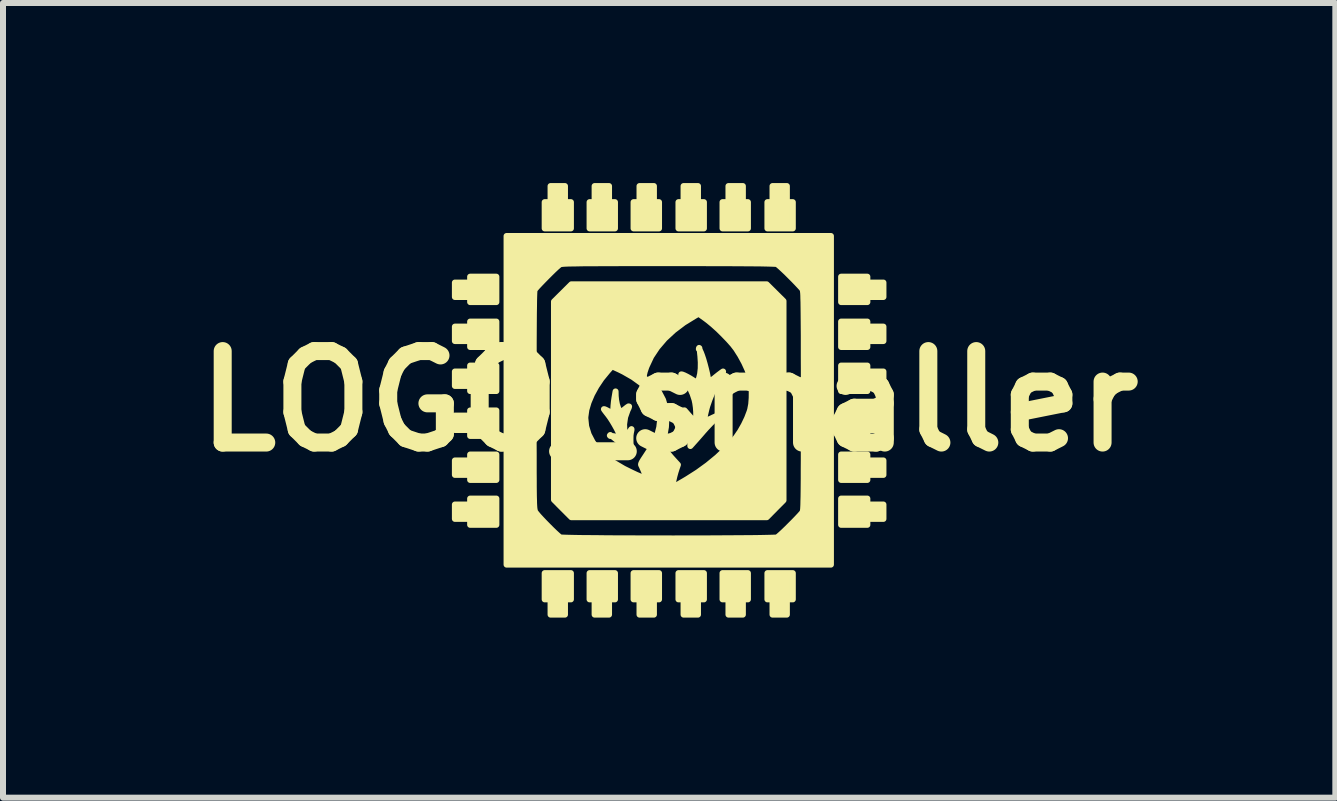
<source format=kicad_pcb>
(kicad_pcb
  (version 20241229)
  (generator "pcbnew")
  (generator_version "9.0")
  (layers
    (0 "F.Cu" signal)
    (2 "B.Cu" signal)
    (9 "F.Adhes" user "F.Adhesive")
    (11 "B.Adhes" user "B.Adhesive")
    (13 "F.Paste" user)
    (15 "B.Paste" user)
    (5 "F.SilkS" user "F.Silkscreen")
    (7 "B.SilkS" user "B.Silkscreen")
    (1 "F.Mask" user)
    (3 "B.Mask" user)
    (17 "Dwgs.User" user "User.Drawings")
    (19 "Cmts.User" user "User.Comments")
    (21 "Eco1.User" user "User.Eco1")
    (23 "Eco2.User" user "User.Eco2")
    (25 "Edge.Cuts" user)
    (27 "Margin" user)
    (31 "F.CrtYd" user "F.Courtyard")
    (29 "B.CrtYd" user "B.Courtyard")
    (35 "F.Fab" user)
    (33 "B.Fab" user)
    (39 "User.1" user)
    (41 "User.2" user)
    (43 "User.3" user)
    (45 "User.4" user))
  (footprint "LOGO_smaller"
    (layer "F.Cu")
    (at 8.099 3.634)
    (property "Reference" "LOGO_smaller" (at 0 0 0) (layer "F.SilkS") (effects (font (size 1.524 1.524) (thickness 0.3))))
    (attr through_hole)
    (fp_poly (pts (xy -0.974 0.572) (xy -0.981 0.579) (xy -0.988 0.572) (xy -0.981 0.564) (xy -0.974 0.572)) (stroke (width 0.1) (type solid)) (fill yes) (layer "F.SilkS"))
    (fp_poly (pts (xy 0.505 -0.868) (xy 0.503 -0.865) (xy 0.495 -0.867) (xy 0.494 -0.875) (xy 0.499 -0.887) (xy 0.503 -0.884) (xy 0.505 -0.868)) (stroke (width 0.1) (type solid)) (fill yes) (layer "F.SilkS"))
    (fp_poly (pts (xy -2.879 -1.651) (xy -3.097 -1.651) (xy -3.316 -1.651) (xy -3.316 -1.693) (xy -3.316 -1.736) (xy -3.443 -1.736) (xy -3.57 -1.736) (xy -3.57 -1.856) (xy -3.57 -1.976) (xy -3.443 -1.976) (xy -3.316 -1.976) (xy -3.316 -2.025) (xy -3.316 -2.074) (xy -3.097 -2.074) (xy -2.879 -2.074) (xy -2.879 -1.863) (xy -2.879 -1.651)) (stroke (width 0.1) (type solid)) (fill yes) (layer "F.SilkS"))
    (fp_poly (pts (xy -2.879 -0.903) (xy -3.097 -0.903) (xy -3.316 -0.903) (xy -3.316 -0.953) (xy -3.316 -1.002) (xy -3.443 -1.002) (xy -3.57 -1.002) (xy -3.57 -1.122) (xy -3.57 -1.242) (xy -3.443 -1.242) (xy -3.316 -1.242) (xy -3.316 -1.284) (xy -3.316 -1.326) (xy -3.097 -1.326) (xy -2.879 -1.326) (xy -2.879 -1.115) (xy -2.879 -0.903)) (stroke (width 0.1) (type solid)) (fill yes) (layer "F.SilkS"))
    (fp_poly (pts (xy -2.879 -0.169) (xy -3.097 -0.169) (xy -3.316 -0.169) (xy -3.316 -0.212) (xy -3.316 -0.254) (xy -3.443 -0.254) (xy -3.57 -0.254) (xy -3.57 -0.374) (xy -3.57 -0.494) (xy -3.443 -0.494) (xy -3.316 -0.494) (xy -3.316 -0.543) (xy -3.316 -0.593) (xy -3.097 -0.593) (xy -2.879 -0.593) (xy -2.879 -0.381) (xy -2.879 -0.169)) (stroke (width 0.1) (type solid)) (fill yes) (layer "F.SilkS"))
    (fp_poly (pts (xy -2.879 0.579) (xy -3.097 0.579) (xy -3.316 0.579) (xy -3.316 0.529) (xy -3.316 0.48) (xy -3.443 0.48) (xy -3.57 0.48) (xy -3.57 0.36) (xy -3.57 0.24) (xy -3.443 0.24) (xy -3.316 0.24) (xy -3.316 0.198) (xy -3.316 0.155) (xy -3.097 0.155) (xy -2.879 0.155) (xy -2.879 0.367) (xy -2.879 0.579)) (stroke (width 0.1) (type solid)) (fill yes) (layer "F.SilkS"))
    (fp_poly (pts (xy -2.879 1.312) (xy -3.097 1.312) (xy -3.316 1.312) (xy -3.316 1.27) (xy -3.316 1.228) (xy -3.443 1.228) (xy -3.57 1.228) (xy -3.57 1.108) (xy -3.57 0.988) (xy -3.443 0.988) (xy -3.316 0.988) (xy -3.316 0.938) (xy -3.316 0.889) (xy -3.097 0.889) (xy -2.879 0.889) (xy -2.879 1.101) (xy -2.879 1.312)) (stroke (width 0.1) (type solid)) (fill yes) (layer "F.SilkS"))
    (fp_poly (pts (xy -2.879 2.06) (xy -3.097 2.06) (xy -3.316 2.06) (xy -3.316 2.011) (xy -3.316 1.961) (xy -3.443 1.961) (xy -3.57 1.961) (xy -3.57 1.841) (xy -3.57 1.722) (xy -3.443 1.722) (xy -3.316 1.722) (xy -3.316 1.672) (xy -3.316 1.623) (xy -3.097 1.623) (xy -2.879 1.623) (xy -2.879 1.841) (xy -2.879 2.06)) (stroke (width 0.1) (type solid)) (fill yes) (layer "F.SilkS"))
    (fp_poly (pts (xy -1.637 -2.879) (xy -1.856 -2.879) (xy -2.074 -2.879) (xy -2.074 -3.097) (xy -2.074 -3.316) (xy -2.025 -3.316) (xy -1.976 -3.316) (xy -1.976 -3.45) (xy -1.976 -3.584) (xy -1.856 -3.584) (xy -1.736 -3.584) (xy -1.736 -3.45) (xy -1.736 -3.316) (xy -1.686 -3.316) (xy -1.637 -3.316) (xy -1.637 -3.097) (xy -1.637 -2.879)) (stroke (width 0.1) (type solid)) (fill yes) (layer "F.SilkS"))
    (fp_poly (pts (xy -1.637 3.302) (xy -1.686 3.302) (xy -1.736 3.302) (xy -1.736 3.429) (xy -1.736 3.556) (xy -1.856 3.556) (xy -1.976 3.556) (xy -1.976 3.429) (xy -1.976 3.302) (xy -2.025 3.302) (xy -2.074 3.302) (xy -2.074 3.083) (xy -2.074 2.865) (xy -1.856 2.865) (xy -1.637 2.865) (xy -1.637 3.083) (xy -1.637 3.302)) (stroke (width 0.1) (type solid)) (fill yes) (layer "F.SilkS"))
    (fp_poly (pts (xy -0.903 -2.879) (xy -1.115 -2.879) (xy -1.326 -2.879) (xy -1.326 -3.097) (xy -1.326 -3.316) (xy -1.284 -3.316) (xy -1.242 -3.316) (xy -1.242 -3.45) (xy -1.242 -3.584) (xy -1.122 -3.584) (xy -1.002 -3.584) (xy -1.002 -3.45) (xy -1.002 -3.316) (xy -0.953 -3.316) (xy -0.903 -3.316) (xy -0.903 -3.097) (xy -0.903 -2.879)) (stroke (width 0.1) (type solid)) (fill yes) (layer "F.SilkS"))
    (fp_poly (pts (xy -0.903 3.302) (xy -0.953 3.302) (xy -1.002 3.302) (xy -1.002 3.429) (xy -1.002 3.556) (xy -1.122 3.556) (xy -1.242 3.556) (xy -1.242 3.429) (xy -1.242 3.302) (xy -1.284 3.302) (xy -1.326 3.302) (xy -1.326 3.083) (xy -1.326 2.865) (xy -1.115 2.865) (xy -0.903 2.865) (xy -0.903 3.083) (xy -0.903 3.302)) (stroke (width 0.1) (type solid)) (fill yes) (layer "F.SilkS"))
    (fp_poly (pts (xy -0.169 -2.879) (xy -0.381 -2.879) (xy -0.593 -2.879) (xy -0.593 -3.097) (xy -0.593 -3.316) (xy -0.543 -3.316) (xy -0.494 -3.316) (xy -0.494 -3.45) (xy -0.494 -3.584) (xy -0.374 -3.584) (xy -0.254 -3.584) (xy -0.254 -3.45) (xy -0.254 -3.316) (xy -0.212 -3.316) (xy -0.169 -3.316) (xy -0.169 -3.097) (xy -0.169 -2.879)) (stroke (width 0.1) (type solid)) (fill yes) (layer "F.SilkS"))
    (fp_poly (pts (xy -0.169 3.302) (xy -0.212 3.302) (xy -0.254 3.302) (xy -0.254 3.429) (xy -0.254 3.556) (xy -0.374 3.556) (xy -0.494 3.556) (xy -0.494 3.429) (xy -0.494 3.302) (xy -0.543 3.302) (xy -0.593 3.302) (xy -0.593 3.083) (xy -0.593 2.865) (xy -0.381 2.865) (xy -0.169 2.865) (xy -0.169 3.083) (xy -0.169 3.302)) (stroke (width 0.1) (type solid)) (fill yes) (layer "F.SilkS"))
    (fp_poly (pts (xy 0.579 -2.879) (xy 0.367 -2.879) (xy 0.155 -2.879) (xy 0.155 -3.097) (xy 0.155 -3.316) (xy 0.198 -3.316) (xy 0.24 -3.316) (xy 0.24 -3.45) (xy 0.24 -3.584) (xy 0.36 -3.584) (xy 0.48 -3.584) (xy 0.48 -3.45) (xy 0.48 -3.316) (xy 0.529 -3.316) (xy 0.579 -3.316) (xy 0.579 -3.097) (xy 0.579 -2.879)) (stroke (width 0.1) (type solid)) (fill yes) (layer "F.SilkS"))
    (fp_poly (pts (xy 0.579 3.302) (xy 0.529 3.302) (xy 0.48 3.302) (xy 0.48 3.429) (xy 0.48 3.556) (xy 0.36 3.556) (xy 0.24 3.556) (xy 0.24 3.429) (xy 0.24 3.302) (xy 0.198 3.302) (xy 0.155 3.302) (xy 0.155 3.083) (xy 0.155 2.865) (xy 0.367 2.865) (xy 0.579 2.865) (xy 0.579 3.083) (xy 0.579 3.302)) (stroke (width 0.1) (type solid)) (fill yes) (layer "F.SilkS"))
    (fp_poly (pts (xy 1.312 -2.879) (xy 1.101 -2.879) (xy 0.889 -2.879) (xy 0.889 -3.097) (xy 0.889 -3.316) (xy 0.938 -3.316) (xy 0.988 -3.316) (xy 0.988 -3.45) (xy 0.988 -3.584) (xy 1.108 -3.584) (xy 1.228 -3.584) (xy 1.228 -3.45) (xy 1.228 -3.316) (xy 1.27 -3.316) (xy 1.312 -3.316) (xy 1.312 -3.097) (xy 1.312 -2.879)) (stroke (width 0.1) (type solid)) (fill yes) (layer "F.SilkS"))
    (fp_poly (pts (xy 1.312 3.302) (xy 1.27 3.302) (xy 1.228 3.302) (xy 1.228 3.429) (xy 1.228 3.556) (xy 1.108 3.556) (xy 0.988 3.556) (xy 0.988 3.429) (xy 0.988 3.302) (xy 0.938 3.302) (xy 0.889 3.302) (xy 0.889 3.083) (xy 0.889 2.865) (xy 1.101 2.865) (xy 1.312 2.865) (xy 1.312 3.083) (xy 1.312 3.302)) (stroke (width 0.1) (type solid)) (fill yes) (layer "F.SilkS"))
    (fp_poly (pts (xy 2.06 -2.879) (xy 1.849 -2.879) (xy 1.637 -2.879) (xy 1.637 -3.097) (xy 1.637 -3.316) (xy 1.679 -3.316) (xy 1.722 -3.316) (xy 1.722 -3.45) (xy 1.722 -3.584) (xy 1.841 -3.584) (xy 1.961 -3.584) (xy 1.961 -3.45) (xy 1.961 -3.316) (xy 2.011 -3.316) (xy 2.06 -3.316) (xy 2.06 -3.097) (xy 2.06 -2.879)) (stroke (width 0.1) (type solid)) (fill yes) (layer "F.SilkS"))
    (fp_poly (pts (xy 2.06 3.302) (xy 2.011 3.302) (xy 1.961 3.302) (xy 1.961 3.429) (xy 1.961 3.556) (xy 1.841 3.556) (xy 1.722 3.556) (xy 1.722 3.429) (xy 1.722 3.302) (xy 1.679 3.302) (xy 1.637 3.302) (xy 1.637 3.083) (xy 1.637 2.865) (xy 1.849 2.865) (xy 2.06 2.865) (xy 2.06 3.083) (xy 2.06 3.302)) (stroke (width 0.1) (type solid)) (fill yes) (layer "F.SilkS"))
    (fp_poly (pts (xy 3.57 -1.736) (xy 3.436 -1.736) (xy 3.302 -1.736) (xy 3.302 -1.693) (xy 3.302 -1.651) (xy 3.083 -1.651) (xy 2.865 -1.651) (xy 2.865 -1.863) (xy 2.865 -2.074) (xy 3.083 -2.074) (xy 3.302 -2.074) (xy 3.302 -2.025) (xy 3.302 -1.976) (xy 3.436 -1.976) (xy 3.57 -1.976) (xy 3.57 -1.856) (xy 3.57 -1.736)) (stroke (width 0.1) (type solid)) (fill yes) (layer "F.SilkS"))
    (fp_poly (pts (xy 3.57 -1.002) (xy 3.436 -1.002) (xy 3.302 -1.002) (xy 3.302 -0.953) (xy 3.302 -0.903) (xy 3.083 -0.903) (xy 2.865 -0.903) (xy 2.865 -1.115) (xy 2.865 -1.326) (xy 3.083 -1.326) (xy 3.302 -1.326) (xy 3.302 -1.284) (xy 3.302 -1.242) (xy 3.436 -1.242) (xy 3.57 -1.242) (xy 3.57 -1.122) (xy 3.57 -1.002)) (stroke (width 0.1) (type solid)) (fill yes) (layer "F.SilkS"))
    (fp_poly (pts (xy 3.57 -0.254) (xy 3.436 -0.254) (xy 3.302 -0.254) (xy 3.302 -0.212) (xy 3.302 -0.169) (xy 3.083 -0.169) (xy 2.865 -0.169) (xy 2.865 -0.381) (xy 2.865 -0.593) (xy 3.083 -0.593) (xy 3.302 -0.593) (xy 3.302 -0.543) (xy 3.302 -0.494) (xy 3.436 -0.494) (xy 3.57 -0.494) (xy 3.57 -0.374) (xy 3.57 -0.254)) (stroke (width 0.1) (type solid)) (fill yes) (layer "F.SilkS"))
    (fp_poly (pts (xy 3.57 0.48) (xy 3.436 0.48) (xy 3.302 0.48) (xy 3.302 0.529) (xy 3.302 0.579) (xy 3.083 0.579) (xy 2.865 0.579) (xy 2.865 0.367) (xy 2.865 0.155) (xy 3.083 0.155) (xy 3.302 0.155) (xy 3.302 0.198) (xy 3.302 0.24) (xy 3.436 0.24) (xy 3.57 0.24) (xy 3.57 0.36) (xy 3.57 0.48)) (stroke (width 0.1) (type solid)) (fill yes) (layer "F.SilkS"))
    (fp_poly (pts (xy 3.57 1.228) (xy 3.436 1.228) (xy 3.302 1.228) (xy 3.302 1.27) (xy 3.302 1.312) (xy 3.083 1.312) (xy 2.865 1.312) (xy 2.865 1.101) (xy 2.865 0.889) (xy 3.083 0.889) (xy 3.302 0.889) (xy 3.302 0.938) (xy 3.302 0.988) (xy 3.436 0.988) (xy 3.57 0.988) (xy 3.57 1.108) (xy 3.57 1.228)) (stroke (width 0.1) (type solid)) (fill yes) (layer "F.SilkS"))
    (fp_poly (pts (xy 3.57 1.961) (xy 3.436 1.961) (xy 3.302 1.961) (xy 3.302 2.011) (xy 3.302 2.06) (xy 3.083 2.06) (xy 2.865 2.06) (xy 2.865 1.841) (xy 2.865 1.623) (xy 3.083 1.623) (xy 3.302 1.623) (xy 3.302 1.672) (xy 3.302 1.722) (xy 3.436 1.722) (xy 3.57 1.722) (xy 3.57 1.841) (xy 3.57 1.961)) (stroke (width 0.1) (type solid)) (fill yes) (layer "F.SilkS"))
    (fp_poly (pts (xy -0.624 0.828) (xy -0.639 0.828) (xy -0.671 0.805) (xy -0.691 0.789) (xy -0.725 0.761) (xy -0.773 0.723) (xy -0.827 0.68) (xy -0.854 0.66) (xy -0.903 0.621) (xy -0.932 0.597) (xy -0.94 0.585) (xy -0.931 0.583) (xy -0.924 0.584) (xy -0.882 0.594) (xy -0.85 0.602) (xy -0.825 0.602) (xy -0.818 0.589) (xy -0.826 0.56) (xy -0.845 0.514) (xy -0.874 0.456) (xy -0.909 0.393) (xy -0.947 0.329) (xy -0.983 0.273) (xy -1.015 0.229) (xy -1.048 0.187) (xy -1.073 0.154) (xy -1.086 0.135) (xy -1.087 0.133) (xy -1.075 0.135) (xy -1.046 0.148) (xy -1.009 0.168) (xy -0.931 0.212) (xy -0.93 0.131) (xy -0.927 0.074) (xy -0.92 0.005) (xy -0.911 -0.056) (xy -0.893 -0.162) (xy -0.891 -0.084) (xy -0.884 -0.015) (xy -0.87 0.056) (xy -0.85 0.118) (xy -0.828 0.161) (xy -0.815 0.176) (xy -0.802 0.178) (xy -0.78 0.165) (xy -0.746 0.139) (xy -0.701 0.103) (xy -0.676 0.087) (xy -0.668 0.089) (xy -0.674 0.111) (xy -0.694 0.153) (xy -0.734 0.266) (xy -0.751 0.385) (xy -0.747 0.485) (xy -0.737 0.544) (xy -0.725 0.575) (xy -0.71 0.58) (xy -0.69 0.561) (xy -0.67 0.531) (xy -0.648 0.494) (xy -0.633 0.471) (xy -0.628 0.466) (xy -0.628 0.478) (xy -0.634 0.509) (xy -0.638 0.526) (xy -0.644 0.571) (xy -0.645 0.631) (xy -0.644 0.696) (xy -0.638 0.755) (xy -0.63 0.8) (xy -0.628 0.808) (xy -0.624 0.828)) (stroke (width 0.1) (type solid)) (fill yes) (layer "F.SilkS"))
    (fp_poly (pts (xy 0.898 -0.494) (xy 0.898 -0.484) (xy 0.886 -0.462) (xy 0.829 -0.366) (xy 0.771 -0.256) (xy 0.717 -0.14) (xy 0.671 -0.025) (xy 0.635 0.079) (xy 0.622 0.125) (xy 0.602 0.21) (xy 0.589 0.27) (xy 0.583 0.309) (xy 0.584 0.33) (xy 0.592 0.336) (xy 0.595 0.335) (xy 0.616 0.326) (xy 0.655 0.308) (xy 0.706 0.285) (xy 0.726 0.275) (xy 0.839 0.224) (xy 0.741 0.32) (xy 0.684 0.377) (xy 0.623 0.442) (xy 0.568 0.503) (xy 0.558 0.515) (xy 0.511 0.569) (xy 0.462 0.625) (xy 0.421 0.671) (xy 0.413 0.68) (xy 0.353 0.747) (xy 0.353 0.627) (xy 0.345 0.497) (xy 0.323 0.368) (xy 0.289 0.25) (xy 0.274 0.214) (xy 0.257 0.172) (xy 0.251 0.153) (xy 0.256 0.154) (xy 0.267 0.166) (xy 0.327 0.235) (xy 0.371 0.284) (xy 0.403 0.314) (xy 0.424 0.327) (xy 0.436 0.326) (xy 0.438 0.324) (xy 0.447 0.293) (xy 0.451 0.241) (xy 0.45 0.176) (xy 0.445 0.105) (xy 0.435 0.034) (xy 0.424 -0.02) (xy 0.39 -0.123) (xy 0.343 -0.227) (xy 0.288 -0.321) (xy 0.244 -0.38) (xy 0.218 -0.414) (xy 0.203 -0.438) (xy 0.202 -0.446) (xy 0.218 -0.444) (xy 0.251 -0.431) (xy 0.296 -0.409) (xy 0.346 -0.381) (xy 0.394 -0.351) (xy 0.401 -0.346) (xy 0.435 -0.323) (xy 0.455 -0.316) (xy 0.468 -0.323) (xy 0.476 -0.333) (xy 0.499 -0.383) (xy 0.516 -0.455) (xy 0.526 -0.545) (xy 0.527 -0.647) (xy 0.52 -0.755) (xy 0.519 -0.762) (xy 0.514 -0.81) (xy 0.513 -0.833) (xy 0.517 -0.834) (xy 0.526 -0.817) (xy 0.53 -0.808) (xy 0.548 -0.76) (xy 0.57 -0.694) (xy 0.592 -0.617) (xy 0.613 -0.537) (xy 0.63 -0.465) (xy 0.636 -0.435) (xy 0.645 -0.386) (xy 0.653 -0.346) (xy 0.658 -0.327) (xy 0.67 -0.327) (xy 0.701 -0.345) (xy 0.748 -0.379) (xy 0.776 -0.402) (xy 0.824 -0.44) (xy 0.864 -0.47) (xy 0.89 -0.489) (xy 0.898 -0.494)) (stroke (width 0.1) (type solid)) (fill yes) (layer "F.SilkS"))
    (fp_poly (pts (xy 1.905 1.651) (xy 1.765 1.792) (xy 1.626 1.933) (xy 1.376 1.933) (xy 1.376 -0.168) (xy 1.368 -0.279) (xy 1.353 -0.378) (xy 1.344 -0.413) (xy 1.305 -0.523) (xy 1.25 -0.644) (xy 1.184 -0.765) (xy 1.114 -0.875) (xy 1.06 -0.945) (xy 0.989 -1.025) (xy 0.906 -1.111) (xy 0.819 -1.197) (xy 0.731 -1.276) (xy 0.65 -1.343) (xy 0.609 -1.374) (xy 0.492 -1.458) (xy 0.433 -1.425) (xy 0.244 -1.309) (xy 0.075 -1.181) (xy -0.074 -1.043) (xy -0.199 -0.897) (xy -0.3 -0.745) (xy -0.374 -0.587) (xy -0.384 -0.562) (xy -0.408 -0.49) (xy -0.42 -0.439) (xy -0.421 -0.405) (xy -0.41 -0.381) (xy -0.387 -0.363) (xy -0.38 -0.359) (xy -0.35 -0.339) (xy -0.308 -0.304) (xy -0.263 -0.262) (xy -0.254 -0.252) (xy -0.166 -0.144) (xy -0.102 -0.022) (xy -0.062 0.114) (xy -0.046 0.265) (xy -0.054 0.43) (xy -0.085 0.608) (xy -0.117 0.744) (xy -0.06 0.82) (xy -0.021 0.871) (xy 0.027 0.929) (xy 0.071 0.978) (xy 0.146 1.06) (xy 0.123 1.126) (xy 0.105 1.183) (xy 0.087 1.249) (xy 0.072 1.314) (xy 0.061 1.37) (xy 0.057 1.408) (xy 0.057 1.409) (xy 0.056 1.442) (xy 0.102 1.414) (xy 0.132 1.397) (xy 0.18 1.368) (xy 0.239 1.334) (xy 0.301 1.297) (xy 0.475 1.186) (xy 0.643 1.064) (xy 0.8 0.935) (xy 0.941 0.802) (xy 1.062 0.67) (xy 1.117 0.601) (xy 1.183 0.504) (xy 1.245 0.395) (xy 1.299 0.282) (xy 1.339 0.177) (xy 1.35 0.141) (xy 1.367 0.052) (xy 1.375 -0.054) (xy 1.376 -0.168) (xy 1.376 1.933) (xy -0.002 1.933) (xy -0.152 1.933) (xy -0.152 0.289) (xy -0.16 0.17) (xy -0.186 0.064) (xy -0.235 -0.038) (xy -0.263 -0.084) (xy -0.352 -0.195) (xy -0.466 -0.302) (xy -0.603 -0.401) (xy -0.76 -0.491) (xy -0.829 -0.525) (xy -0.953 -0.582) (xy -1.027 -0.499) (xy -1.127 -0.377) (xy -1.214 -0.247) (xy -1.287 -0.114) (xy -1.343 0.018) (xy -1.38 0.143) (xy -1.396 0.259) (xy -1.397 0.283) (xy -1.383 0.42) (xy -1.342 0.554) (xy -1.275 0.683) (xy -1.182 0.805) (xy -1.064 0.92) (xy -0.922 1.027) (xy -0.758 1.124) (xy -0.734 1.136) (xy -0.633 1.186) (xy -0.546 1.227) (xy -0.475 1.257) (xy -0.422 1.276) (xy -0.39 1.282) (xy -0.381 1.277) (xy -0.386 1.258) (xy -0.399 1.221) (xy -0.417 1.175) (xy -0.437 1.128) (xy -0.454 1.089) (xy -0.465 1.066) (xy -0.467 1.064) (xy -0.469 1.049) (xy -0.457 1.019) (xy -0.43 0.974) (xy -0.391 0.915) (xy -0.304 0.781) (xy -0.239 0.66) (xy -0.193 0.546) (xy -0.165 0.436) (xy -0.152 0.325) (xy -0.152 0.289) (xy -0.152 1.933) (xy -1.63 1.933) (xy -1.775 1.788) (xy -1.919 1.643) (xy -1.919 -0.008) (xy -1.919 -1.659) (xy -1.774 -1.803) (xy -1.629 -1.947) (xy -0.003 -1.947) (xy 1.624 -1.947) (xy 1.764 -1.808) (xy 1.905 -1.668) (xy 1.905 -0.009) (xy 1.905 1.651)) (stroke (width 0.1) (type solid)) (fill yes) (layer "F.SilkS"))
    (fp_poly (pts (xy 2.695 2.723) (xy 2.244 2.723) (xy 2.244 -0.007) (xy 2.244 -0.275) (xy 2.244 -0.517) (xy 2.243 -0.732) (xy 2.243 -0.924) (xy 2.243 -1.093) (xy 2.242 -1.241) (xy 2.241 -1.369) (xy 2.24 -1.479) (xy 2.239 -1.571) (xy 2.238 -1.648) (xy 2.236 -1.71) (xy 2.235 -1.76) (xy 2.233 -1.798) (xy 2.23 -1.826) (xy 2.228 -1.845) (xy 2.225 -1.857) (xy 2.223 -1.86) (xy 2.207 -1.883) (xy 2.173 -1.92) (xy 2.127 -1.969) (xy 2.073 -2.025) (xy 2.014 -2.084) (xy 1.955 -2.143) (xy 1.899 -2.196) (xy 1.851 -2.24) (xy 1.815 -2.271) (xy 1.797 -2.284) (xy 1.782 -2.287) (xy 1.749 -2.289) (xy 1.695 -2.291) (xy 1.621 -2.293) (xy 1.526 -2.295) (xy 1.408 -2.296) (xy 1.267 -2.297) (xy 1.103 -2.298) (xy 0.914 -2.299) (xy 0.699 -2.299) (xy 0.459 -2.3) (xy 0.192 -2.3) (xy -0.007 -2.3) (xy -0.272 -2.3) (xy -0.51 -2.3) (xy -0.722 -2.3) (xy -0.911 -2.299) (xy -1.077 -2.299) (xy -1.222 -2.298) (xy -1.347 -2.298) (xy -1.454 -2.297) (xy -1.544 -2.295) (xy -1.618 -2.294) (xy -1.678 -2.293) (xy -1.726 -2.291) (xy -1.762 -2.289) (xy -1.788 -2.286) (xy -1.805 -2.284) (xy -1.816 -2.281) (xy -1.818 -2.28) (xy -1.84 -2.263) (xy -1.878 -2.23) (xy -1.927 -2.184) (xy -1.983 -2.129) (xy -2.042 -2.07) (xy -2.1 -2.011) (xy -2.153 -1.956) (xy -2.198 -1.908) (xy -2.229 -1.872) (xy -2.242 -1.853) (xy -2.245 -1.839) (xy -2.247 -1.805) (xy -2.249 -1.752) (xy -2.251 -1.678) (xy -2.252 -1.583) (xy -2.254 -1.466) (xy -2.255 -1.325) (xy -2.256 -1.161) (xy -2.257 -0.973) (xy -2.257 -0.759) (xy -2.258 -0.52) (xy -2.258 -0.253) (xy -2.258 -0.014) (xy -2.258 0.249) (xy -2.258 0.485) (xy -2.258 0.696) (xy -2.257 0.883) (xy -2.257 1.048) (xy -2.257 1.192) (xy -2.256 1.317) (xy -2.256 1.424) (xy -2.255 1.514) (xy -2.254 1.59) (xy -2.252 1.652) (xy -2.251 1.702) (xy -2.249 1.742) (xy -2.247 1.773) (xy -2.244 1.797) (xy -2.241 1.814) (xy -2.238 1.827) (xy -2.235 1.837) (xy -2.231 1.845) (xy -2.231 1.846) (xy -2.212 1.871) (xy -2.178 1.912) (xy -2.131 1.963) (xy -2.076 2.021) (xy -2.016 2.082) (xy -1.958 2.14) (xy -1.903 2.193) (xy -1.857 2.235) (xy -1.824 2.263) (xy -1.813 2.27) (xy -1.795 2.272) (xy -1.751 2.274) (xy -1.682 2.276) (xy -1.592 2.278) (xy -1.481 2.28) (xy -1.353 2.281) (xy -1.209 2.282) (xy -1.051 2.284) (xy -0.882 2.285) (xy -0.703 2.285) (xy -0.517 2.286) (xy -0.325 2.286) (xy -0.13 2.286) (xy 0.067 2.287) (xy 0.263 2.286) (xy 0.455 2.286) (xy 0.643 2.286) (xy 0.824 2.285) (xy 0.996 2.284) (xy 1.157 2.283) (xy 1.304 2.282) (xy 1.436 2.281) (xy 1.551 2.279) (xy 1.646 2.277) (xy 1.72 2.275) (xy 1.77 2.273) (xy 1.795 2.271) (xy 1.797 2.27) (xy 1.819 2.254) (xy 1.857 2.221) (xy 1.906 2.176) (xy 1.962 2.122) (xy 2.021 2.063) (xy 2.08 2.004) (xy 2.133 1.949) (xy 2.178 1.901) (xy 2.21 1.865) (xy 2.223 1.846) (xy 2.226 1.837) (xy 2.229 1.821) (xy 2.232 1.798) (xy 2.234 1.765) (xy 2.236 1.72) (xy 2.237 1.664) (xy 2.239 1.594) (xy 2.24 1.509) (xy 2.241 1.407) (xy 2.242 1.288) (xy 2.242 1.149) (xy 2.243 0.99) (xy 2.243 0.809) (xy 2.243 0.604) (xy 2.244 0.375) (xy 2.244 0.119) (xy 2.244 -0.007) (xy 2.244 2.723) (xy -0.007 2.723) (xy -2.709 2.723) (xy -2.709 -0.014) (xy -2.709 -2.752) (xy -0.007 -2.752) (xy 2.695 -2.752) (xy 2.695 -0.014) (xy 2.695 2.723)) (stroke (width 0.1) (type solid)) (fill yes) (layer "F.SilkS")))
  (gr_rect
    (start -3 -3)
    (end 19.198 10.24)
    (stroke (width 0.1) (type default))
    (fill no)
    (layer "Edge.Cuts")))
</source>
